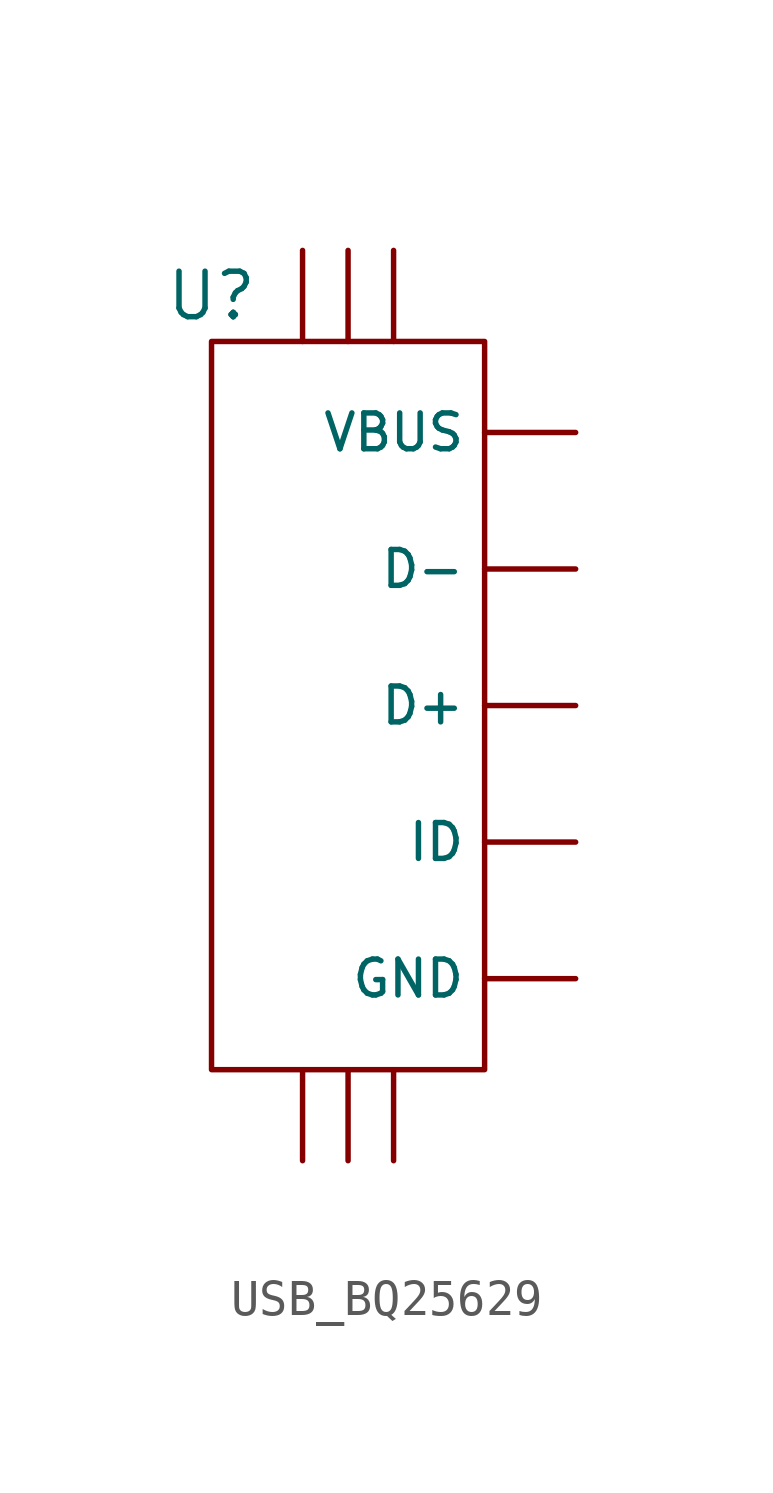
<source format=kicad_sym>
(kicad_symbol_lib
  (version 20211014)
  (generator kicad_symbol_editor)
  (symbol "USB_BQ25629"
    (property "Reference" "U"
      (at -3.81 -1.27 0)
      (effects (font (size 1.27 1.27))))
    (symbol "USB_BQ25629_0_1"
      (rectangle (start -3.81 -2.54) (end 3.81 -22.86) (stroke (width 0) (type default) (color 0 0 0 0)) (fill (type none))))
    (symbol "USB_BQ25629_1_1"
      (pin input line (at -1.27 -25.4 90) (length 2.54) (name "" (effects (font (size 1 1)))) (number "" (effects (font (size 1 1)))))
      (pin input line (at -1.27 0 270) (length 2.54) (name "" (effects (font (size 1 1)))) (number "" (effects (font (size 1 1)))))
      (pin input line (at 0 -25.4 90) (length 2.54) (name "" (effects (font (size 1 1)))) (number "" (effects (font (size 1 1)))))
      (pin input line (at 0 0 270) (length 2.54) (name "" (effects (font (size 1 1)))) (number "" (effects (font (size 1 1)))))
      (pin input line (at 1.27 -25.4 90) (length 2.54) (name "" (effects (font (size 1 1)))) (number "" (effects (font (size 1 1)))))
      (pin input line (at 1.27 0 270) (length 2.54) (name "" (effects (font (size 1 1)))) (number "" (effects (font (size 1 1)))))
      (pin input line (at 6.35 -12.7 180) (length 2.54) (name "D+" (effects (font (size 1 1)))) (number "" (effects (font (size 1 1)))))
      (pin input line (at 6.35 -8.89 180) (length 2.54) (name "D-" (effects (font (size 1 1)))) (number "" (effects (font (size 1 1)))))
      (pin input line (at 6.35 -20.32 180) (length 2.54) (name "GND" (effects (font (size 1 1)))) (number "" (effects (font (size 1 1)))))
      (pin input line (at 6.35 -16.51 180) (length 2.54) (name "ID" (effects (font (size 1 1)))) (number "" (effects (font (size 1 1)))))
      (pin input line (at 6.35 -5.08 180) (length 2.54) (name "VBUS" (effects (font (size 1 1)))) (number "" (effects (font (size 1 1))))))))
</source>
